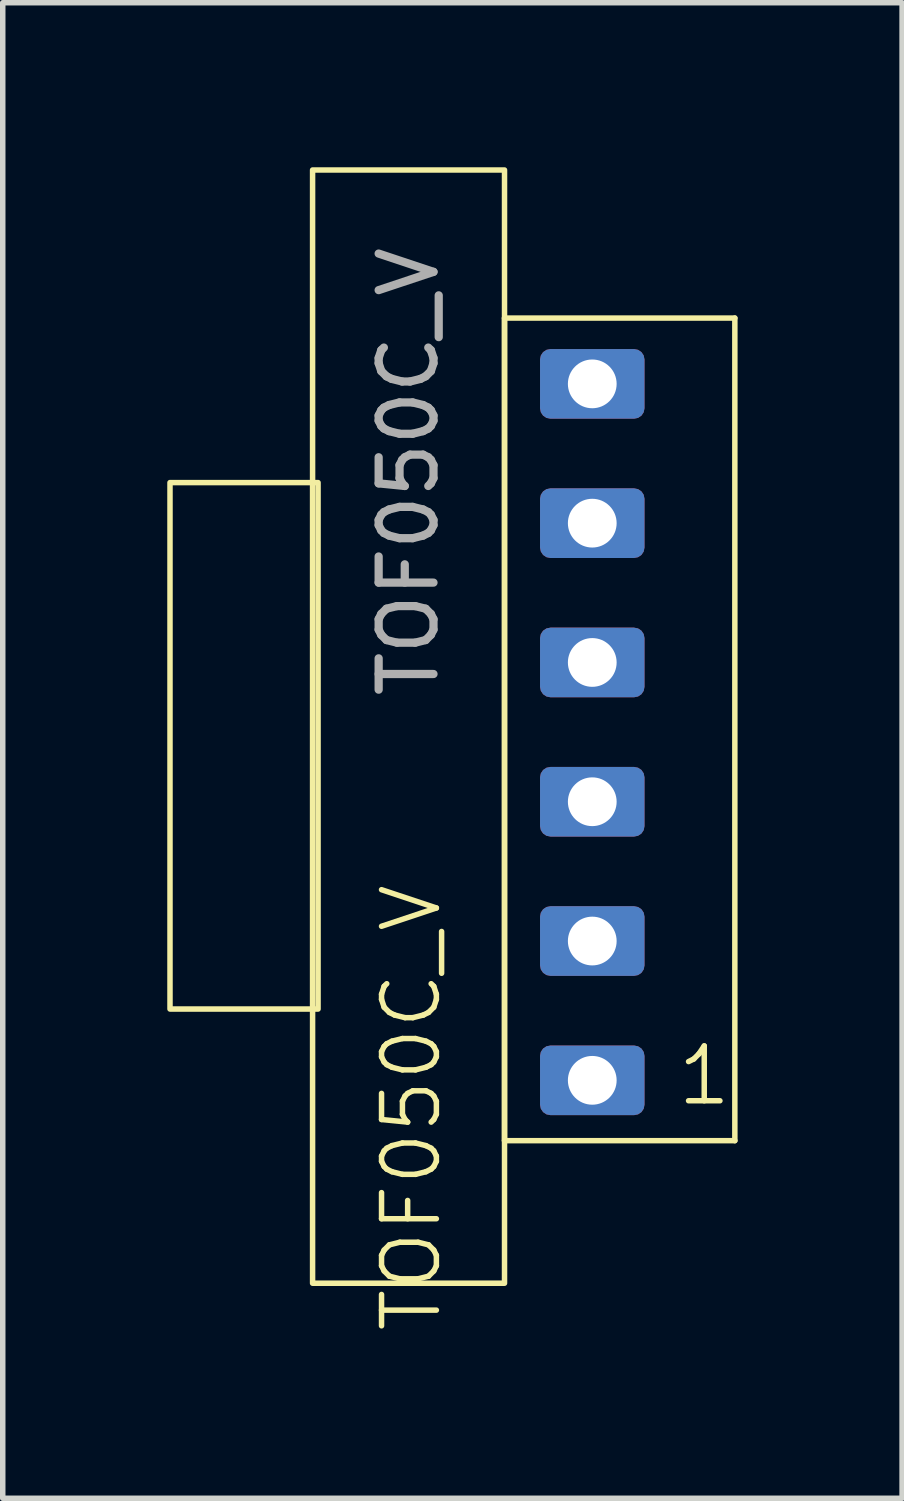
<source format=kicad_pcb>
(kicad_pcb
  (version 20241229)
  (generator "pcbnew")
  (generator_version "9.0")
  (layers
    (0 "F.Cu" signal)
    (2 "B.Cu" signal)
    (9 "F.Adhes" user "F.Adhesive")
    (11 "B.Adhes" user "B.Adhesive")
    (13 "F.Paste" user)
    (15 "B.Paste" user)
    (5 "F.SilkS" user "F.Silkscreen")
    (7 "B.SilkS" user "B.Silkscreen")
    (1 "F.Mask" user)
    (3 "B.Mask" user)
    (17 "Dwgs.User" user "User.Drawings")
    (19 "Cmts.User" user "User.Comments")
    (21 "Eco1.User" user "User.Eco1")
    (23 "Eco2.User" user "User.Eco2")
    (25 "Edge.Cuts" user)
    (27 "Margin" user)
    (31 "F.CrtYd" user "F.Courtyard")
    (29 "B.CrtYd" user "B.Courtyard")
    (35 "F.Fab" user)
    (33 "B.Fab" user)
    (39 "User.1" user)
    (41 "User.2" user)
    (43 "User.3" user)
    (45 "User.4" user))
  (footprint "TOF050C_V"
    (layer "F.Cu")
    (at 7.75 16.65)
    (property "Reference" "TOF050C_V" (at -3.3 0.5 90) (unlocked yes) (layer "F.SilkS") (effects (font (size 1 1) (thickness 0.1))))
    (attr smd)
    (fp_line (start -1.6 -13.9) (end 2.6 -13.9) (stroke (width 0.1) (type default)) (layer "F.SilkS"))
    (fp_line (start -1.6 1.1) (end -1.6 -13.9) (stroke (width 0.1) (type default)) (layer "F.SilkS"))
    (fp_line (start -1.6 1.1) (end 2.6 1.1) (stroke (width 0.1) (type default)) (layer "F.SilkS"))
    (fp_line (start 2.6 1.1) (end 2.6 -13.9) (stroke (width 0.1) (type default)) (layer "F.SilkS"))
    (fp_rect (start -7.7 -10.9) (end -5 -1.3) (stroke (width 0.1) (type default)) (fill no) (layer "F.SilkS"))
    (fp_rect (start -5.1 -16.6) (end -1.6 3.7) (stroke (width 0.1) (type default)) (fill no) (layer "F.SilkS"))
    (fp_text user "1" (at 1.5 0.5 0) (unlocked yes) (layer "F.SilkS") (effects (font (size 1 1) (thickness 0.1)) (justify left bottom)))
    (fp_text user "${REFERENCE}" (at -3.35 -11.1 90) (unlocked yes) (layer "F.Fab") (effects (font (size 1 1) (thickness 0.15))))
    (pad "1" thru_hole roundrect (at 0 0) (size 1.905 1.27) (drill 0.889) (layers "*.Cu" "*.Mask") (roundrect_rratio 0.15))
    (pad "2" thru_hole roundrect (at 0 -2.54) (size 1.905 1.27) (drill 0.889) (layers "*.Cu" "*.Mask") (roundrect_rratio 0.15))
    (pad "3" thru_hole roundrect (at 0 -5.08) (size 1.905 1.27) (drill 0.889) (layers "*.Cu" "*.Mask") (roundrect_rratio 0.15))
    (pad "4" thru_hole roundrect (at 0 -7.62) (size 1.905 1.27) (drill 0.889) (layers "*.Cu" "*.Mask") (roundrect_rratio 0.15))
    (pad "5" thru_hole roundrect (at 0 -10.16) (size 1.905 1.27) (drill 0.889) (layers "*.Cu" "*.Mask") (roundrect_rratio 0.15))
    (pad "6" thru_hole roundrect (at 0 -12.7) (size 1.905 1.27) (drill 0.889) (layers "*.Cu" "*.Mask") (roundrect_rratio 0.15)))
  (gr_rect
    (start -3 -3)
    (end 13.4 24.271)
    (stroke (width 0.1) (type default))
    (fill no)
    (layer "Edge.Cuts")))
</source>
